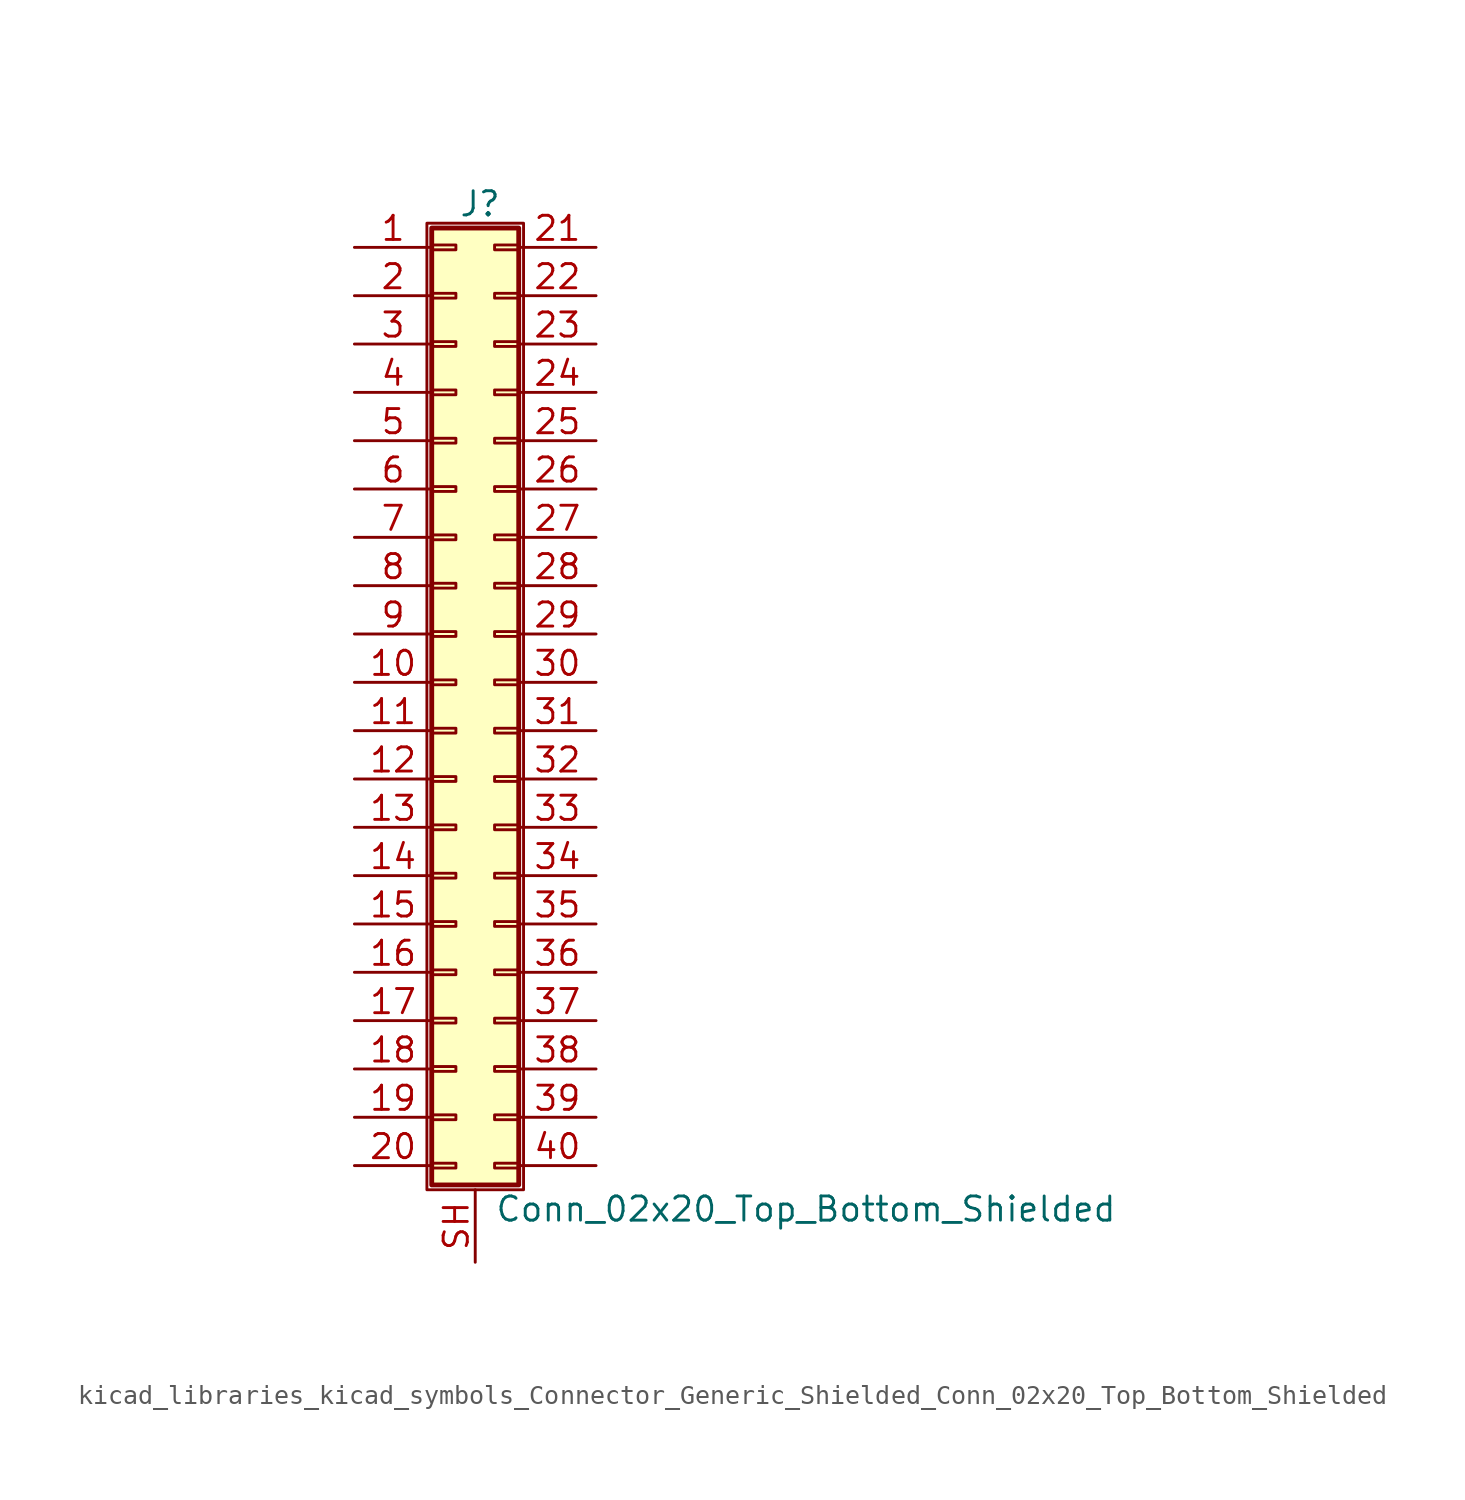
<source format=kicad_sym>
(kicad_symbol_lib
  (version 20220914)
  (generator kicad_symbol_editor)
  (symbol "kicad_libraries_kicad_symbols_Connector_Generic_Shielded_Conn_02x20_Top_Bottom_Shielded"
    (pin_names
      (offset 1.016) hide)
    (property "Reference" "J"
      (at 1.524 25.146 0)
      (effects (font (size 1.27 1.27))))
    (property "Value" "Conn_02x20_Top_Bottom_Shielded"
      (at 2.286 -27.686 0)
      (effects (font (size 1.27 1.27)) (justify left)))
    (symbol "kicad_libraries_kicad_symbols_Connector_Generic_Shielded_Conn_02x20_Top_Bottom_Shielded_1_1"
      (rectangle (start -1.27 24.13) (end 3.81 -26.67) (stroke (width 0.152) (type default)) (fill (type none)))
      (rectangle (start -1.016 -25.273) (end 0.254 -25.527) (stroke (width 0.152) (type default)) (fill (type none)))
      (rectangle (start -1.016 -22.733) (end 0.254 -22.987) (stroke (width 0.152) (type default)) (fill (type none)))
      (rectangle (start -1.016 -20.193) (end 0.254 -20.447) (stroke (width 0.152) (type default)) (fill (type none)))
      (rectangle (start -1.016 -17.653) (end 0.254 -17.907) (stroke (width 0.152) (type default)) (fill (type none)))
      (rectangle (start -1.016 -15.113) (end 0.254 -15.367) (stroke (width 0.152) (type default)) (fill (type none)))
      (rectangle (start -1.016 -12.573) (end 0.254 -12.827) (stroke (width 0.152) (type default)) (fill (type none)))
      (rectangle (start -1.016 -10.033) (end 0.254 -10.287) (stroke (width 0.152) (type default)) (fill (type none)))
      (rectangle (start -1.016 -7.493) (end 0.254 -7.747) (stroke (width 0.152) (type default)) (fill (type none)))
      (rectangle (start -1.016 -4.953) (end 0.254 -5.207) (stroke (width 0.152) (type default)) (fill (type none)))
      (rectangle (start -1.016 -2.413) (end 0.254 -2.667) (stroke (width 0.152) (type default)) (fill (type none)))
      (rectangle (start -1.016 0.127) (end 0.254 -0.127) (stroke (width 0.152) (type default)) (fill (type none)))
      (rectangle (start -1.016 2.667) (end 0.254 2.413) (stroke (width 0.152) (type default)) (fill (type none)))
      (rectangle (start -1.016 5.207) (end 0.254 4.953) (stroke (width 0.152) (type default)) (fill (type none)))
      (rectangle (start -1.016 7.747) (end 0.254 7.493) (stroke (width 0.152) (type default)) (fill (type none)))
      (rectangle (start -1.016 10.287) (end 0.254 10.033) (stroke (width 0.152) (type default)) (fill (type none)))
      (rectangle (start -1.016 12.827) (end 0.254 12.573) (stroke (width 0.152) (type default)) (fill (type none)))
      (rectangle (start -1.016 15.367) (end 0.254 15.113) (stroke (width 0.152) (type default)) (fill (type none)))
      (rectangle (start -1.016 17.907) (end 0.254 17.653) (stroke (width 0.152) (type default)) (fill (type none)))
      (rectangle (start -1.016 20.447) (end 0.254 20.193) (stroke (width 0.152) (type default)) (fill (type none)))
      (rectangle (start -1.016 22.987) (end 0.254 22.733) (stroke (width 0.152) (type default)) (fill (type none)))
      (rectangle (start -1.016 23.876) (end 3.556 -26.416) (stroke (width 0.254) (type default)) (fill (type background)))
      (rectangle (start 3.556 -25.273) (end 2.286 -25.527) (stroke (width 0.152) (type default)) (fill (type none)))
      (rectangle (start 3.556 -22.733) (end 2.286 -22.987) (stroke (width 0.152) (type default)) (fill (type none)))
      (rectangle (start 3.556 -20.193) (end 2.286 -20.447) (stroke (width 0.152) (type default)) (fill (type none)))
      (rectangle (start 3.556 -17.653) (end 2.286 -17.907) (stroke (width 0.152) (type default)) (fill (type none)))
      (rectangle (start 3.556 -15.113) (end 2.286 -15.367) (stroke (width 0.152) (type default)) (fill (type none)))
      (rectangle (start 3.556 -12.573) (end 2.286 -12.827) (stroke (width 0.152) (type default)) (fill (type none)))
      (rectangle (start 3.556 -10.033) (end 2.286 -10.287) (stroke (width 0.152) (type default)) (fill (type none)))
      (rectangle (start 3.556 -7.493) (end 2.286 -7.747) (stroke (width 0.152) (type default)) (fill (type none)))
      (rectangle (start 3.556 -4.953) (end 2.286 -5.207) (stroke (width 0.152) (type default)) (fill (type none)))
      (rectangle (start 3.556 -2.413) (end 2.286 -2.667) (stroke (width 0.152) (type default)) (fill (type none)))
      (rectangle (start 3.556 0.127) (end 2.286 -0.127) (stroke (width 0.152) (type default)) (fill (type none)))
      (rectangle (start 3.556 2.667) (end 2.286 2.413) (stroke (width 0.152) (type default)) (fill (type none)))
      (rectangle (start 3.556 5.207) (end 2.286 4.953) (stroke (width 0.152) (type default)) (fill (type none)))
      (rectangle (start 3.556 7.747) (end 2.286 7.493) (stroke (width 0.152) (type default)) (fill (type none)))
      (rectangle (start 3.556 10.287) (end 2.286 10.033) (stroke (width 0.152) (type default)) (fill (type none)))
      (rectangle (start 3.556 12.827) (end 2.286 12.573) (stroke (width 0.152) (type default)) (fill (type none)))
      (rectangle (start 3.556 15.367) (end 2.286 15.113) (stroke (width 0.152) (type default)) (fill (type none)))
      (rectangle (start 3.556 17.907) (end 2.286 17.653) (stroke (width 0.152) (type default)) (fill (type none)))
      (rectangle (start 3.556 20.447) (end 2.286 20.193) (stroke (width 0.152) (type default)) (fill (type none)))
      (rectangle (start 3.556 22.987) (end 2.286 22.733) (stroke (width 0.152) (type default)) (fill (type none)))
      (pin passive line (at -5.08 22.86 0) (length 4.064) (name "Pin_1" (effects (font (size 1.27 1.27)))) (number "1" (effects (font (size 1.27 1.27)))))
      (pin passive line (at -5.08 0 0) (length 4.064) (name "Pin_10" (effects (font (size 1.27 1.27)))) (number "10" (effects (font (size 1.27 1.27)))))
      (pin passive line (at -5.08 -2.54 0) (length 4.064) (name "Pin_11" (effects (font (size 1.27 1.27)))) (number "11" (effects (font (size 1.27 1.27)))))
      (pin passive line (at -5.08 -5.08 0) (length 4.064) (name "Pin_12" (effects (font (size 1.27 1.27)))) (number "12" (effects (font (size 1.27 1.27)))))
      (pin passive line (at -5.08 -7.62 0) (length 4.064) (name "Pin_13" (effects (font (size 1.27 1.27)))) (number "13" (effects (font (size 1.27 1.27)))))
      (pin passive line (at -5.08 -10.16 0) (length 4.064) (name "Pin_14" (effects (font (size 1.27 1.27)))) (number "14" (effects (font (size 1.27 1.27)))))
      (pin passive line (at -5.08 -12.7 0) (length 4.064) (name "Pin_15" (effects (font (size 1.27 1.27)))) (number "15" (effects (font (size 1.27 1.27)))))
      (pin passive line (at -5.08 -15.24 0) (length 4.064) (name "Pin_16" (effects (font (size 1.27 1.27)))) (number "16" (effects (font (size 1.27 1.27)))))
      (pin passive line (at -5.08 -17.78 0) (length 4.064) (name "Pin_17" (effects (font (size 1.27 1.27)))) (number "17" (effects (font (size 1.27 1.27)))))
      (pin passive line (at -5.08 -20.32 0) (length 4.064) (name "Pin_18" (effects (font (size 1.27 1.27)))) (number "18" (effects (font (size 1.27 1.27)))))
      (pin passive line (at -5.08 -22.86 0) (length 4.064) (name "Pin_19" (effects (font (size 1.27 1.27)))) (number "19" (effects (font (size 1.27 1.27)))))
      (pin passive line (at -5.08 20.32 0) (length 4.064) (name "Pin_2" (effects (font (size 1.27 1.27)))) (number "2" (effects (font (size 1.27 1.27)))))
      (pin passive line (at -5.08 -25.4 0) (length 4.064) (name "Pin_20" (effects (font (size 1.27 1.27)))) (number "20" (effects (font (size 1.27 1.27)))))
      (pin passive line (at 7.62 22.86 180) (length 4.064) (name "Pin_21" (effects (font (size 1.27 1.27)))) (number "21" (effects (font (size 1.27 1.27)))))
      (pin passive line (at 7.62 20.32 180) (length 4.064) (name "Pin_22" (effects (font (size 1.27 1.27)))) (number "22" (effects (font (size 1.27 1.27)))))
      (pin passive line (at 7.62 17.78 180) (length 4.064) (name "Pin_23" (effects (font (size 1.27 1.27)))) (number "23" (effects (font (size 1.27 1.27)))))
      (pin passive line (at 7.62 15.24 180) (length 4.064) (name "Pin_24" (effects (font (size 1.27 1.27)))) (number "24" (effects (font (size 1.27 1.27)))))
      (pin passive line (at 7.62 12.7 180) (length 4.064) (name "Pin_25" (effects (font (size 1.27 1.27)))) (number "25" (effects (font (size 1.27 1.27)))))
      (pin passive line (at 7.62 10.16 180) (length 4.064) (name "Pin_26" (effects (font (size 1.27 1.27)))) (number "26" (effects (font (size 1.27 1.27)))))
      (pin passive line (at 7.62 7.62 180) (length 4.064) (name "Pin_27" (effects (font (size 1.27 1.27)))) (number "27" (effects (font (size 1.27 1.27)))))
      (pin passive line (at 7.62 5.08 180) (length 4.064) (name "Pin_28" (effects (font (size 1.27 1.27)))) (number "28" (effects (font (size 1.27 1.27)))))
      (pin passive line (at 7.62 2.54 180) (length 4.064) (name "Pin_29" (effects (font (size 1.27 1.27)))) (number "29" (effects (font (size 1.27 1.27)))))
      (pin passive line (at -5.08 17.78 0) (length 4.064) (name "Pin_3" (effects (font (size 1.27 1.27)))) (number "3" (effects (font (size 1.27 1.27)))))
      (pin passive line (at 7.62 0 180) (length 4.064) (name "Pin_30" (effects (font (size 1.27 1.27)))) (number "30" (effects (font (size 1.27 1.27)))))
      (pin passive line (at 7.62 -2.54 180) (length 4.064) (name "Pin_31" (effects (font (size 1.27 1.27)))) (number "31" (effects (font (size 1.27 1.27)))))
      (pin passive line (at 7.62 -5.08 180) (length 4.064) (name "Pin_32" (effects (font (size 1.27 1.27)))) (number "32" (effects (font (size 1.27 1.27)))))
      (pin passive line (at 7.62 -7.62 180) (length 4.064) (name "Pin_33" (effects (font (size 1.27 1.27)))) (number "33" (effects (font (size 1.27 1.27)))))
      (pin passive line (at 7.62 -10.16 180) (length 4.064) (name "Pin_34" (effects (font (size 1.27 1.27)))) (number "34" (effects (font (size 1.27 1.27)))))
      (pin passive line (at 7.62 -12.7 180) (length 4.064) (name "Pin_35" (effects (font (size 1.27 1.27)))) (number "35" (effects (font (size 1.27 1.27)))))
      (pin passive line (at 7.62 -15.24 180) (length 4.064) (name "Pin_36" (effects (font (size 1.27 1.27)))) (number "36" (effects (font (size 1.27 1.27)))))
      (pin passive line (at 7.62 -17.78 180) (length 4.064) (name "Pin_37" (effects (font (size 1.27 1.27)))) (number "37" (effects (font (size 1.27 1.27)))))
      (pin passive line (at 7.62 -20.32 180) (length 4.064) (name "Pin_38" (effects (font (size 1.27 1.27)))) (number "38" (effects (font (size 1.27 1.27)))))
      (pin passive line (at 7.62 -22.86 180) (length 4.064) (name "Pin_39" (effects (font (size 1.27 1.27)))) (number "39" (effects (font (size 1.27 1.27)))))
      (pin passive line (at -5.08 15.24 0) (length 4.064) (name "Pin_4" (effects (font (size 1.27 1.27)))) (number "4" (effects (font (size 1.27 1.27)))))
      (pin passive line (at 7.62 -25.4 180) (length 4.064) (name "Pin_40" (effects (font (size 1.27 1.27)))) (number "40" (effects (font (size 1.27 1.27)))))
      (pin passive line (at -5.08 12.7 0) (length 4.064) (name "Pin_5" (effects (font (size 1.27 1.27)))) (number "5" (effects (font (size 1.27 1.27)))))
      (pin passive line (at -5.08 10.16 0) (length 4.064) (name "Pin_6" (effects (font (size 1.27 1.27)))) (number "6" (effects (font (size 1.27 1.27)))))
      (pin passive line (at -5.08 7.62 0) (length 4.064) (name "Pin_7" (effects (font (size 1.27 1.27)))) (number "7" (effects (font (size 1.27 1.27)))))
      (pin passive line (at -5.08 5.08 0) (length 4.064) (name "Pin_8" (effects (font (size 1.27 1.27)))) (number "8" (effects (font (size 1.27 1.27)))))
      (pin passive line (at -5.08 2.54 0) (length 4.064) (name "Pin_9" (effects (font (size 1.27 1.27)))) (number "9" (effects (font (size 1.27 1.27)))))
      (pin passive line (at 1.27 -30.48 90) (length 3.81) (name "Shield" (effects (font (size 1.27 1.27)))) (number "SH" (effects (font (size 1.27 1.27))))))))
</source>
